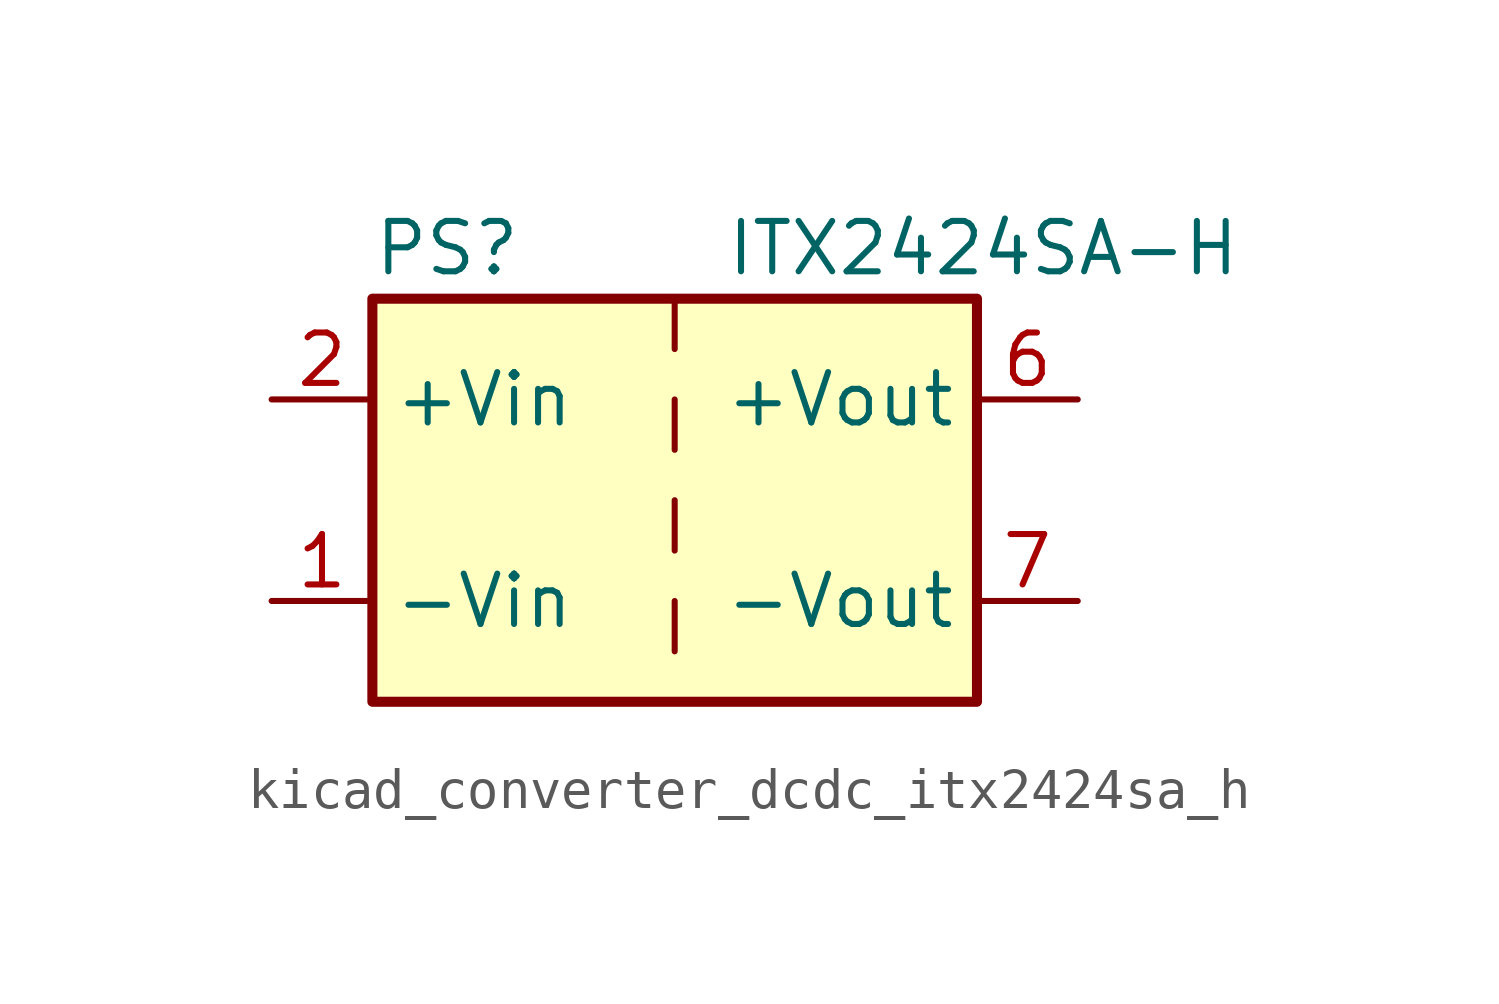
<source format=kicad_sym>
(kicad_symbol_lib
  (version 20220914)
  (generator kicad_symbol_editor)
  (symbol "kicad_converter_dcdc_itx2424sa_h"
    (property "Reference" "PS"
      (at -7.62 6.35 0)
      (effects (font (size 1.27 1.27)) (justify left)))
    (property "Value" "ITX2424SA-H"
      (at 1.27 6.35 0)
      (effects (font (size 1.27 1.27)) (justify left)))
    (symbol "kicad_converter_dcdc_itx2424sa_h_0_0"
      (pin power_in line (at -10.16 -2.54 0) (length 2.54) (name "-Vin" (effects (font (size 1.27 1.27)))) (number "1" (effects (font (size 1.27 1.27)))))
      (pin power_in line (at -10.16 2.54 0) (length 2.54) (name "+Vin" (effects (font (size 1.27 1.27)))) (number "2" (effects (font (size 1.27 1.27)))))
      (pin power_out line (at 10.16 2.54 180) (length 2.54) (name "+Vout" (effects (font (size 1.27 1.27)))) (number "6" (effects (font (size 1.27 1.27)))))
      (pin power_out line (at 10.16 -2.54 180) (length 2.54) (name "-Vout" (effects (font (size 1.27 1.27)))) (number "7" (effects (font (size 1.27 1.27)))))
      (pin no_connect line (at 7.62 0 180) (length 2.54) hide (name "NC" (effects (font (size 1.27 1.27)))) (number "8" (effects (font (size 1.27 1.27))))))
    (symbol "kicad_converter_dcdc_itx2424sa_h_0_1"
      (rectangle (start -7.62 5.08) (end 7.62 -5.08) (stroke (width 0.254) (type default)) (fill (type background)))
      (polyline (pts (xy 0 -2.54) (xy 0 -3.81)) (stroke (width 0) (type default)) (fill (type none)))
      (polyline (pts (xy 0 0) (xy 0 -1.27)) (stroke (width 0) (type default)) (fill (type none)))
      (polyline (pts (xy 0 2.54) (xy 0 1.27)) (stroke (width 0) (type default)) (fill (type none)))
      (polyline (pts (xy 0 5.08) (xy 0 3.81)) (stroke (width 0) (type default)) (fill (type none))))))
</source>
